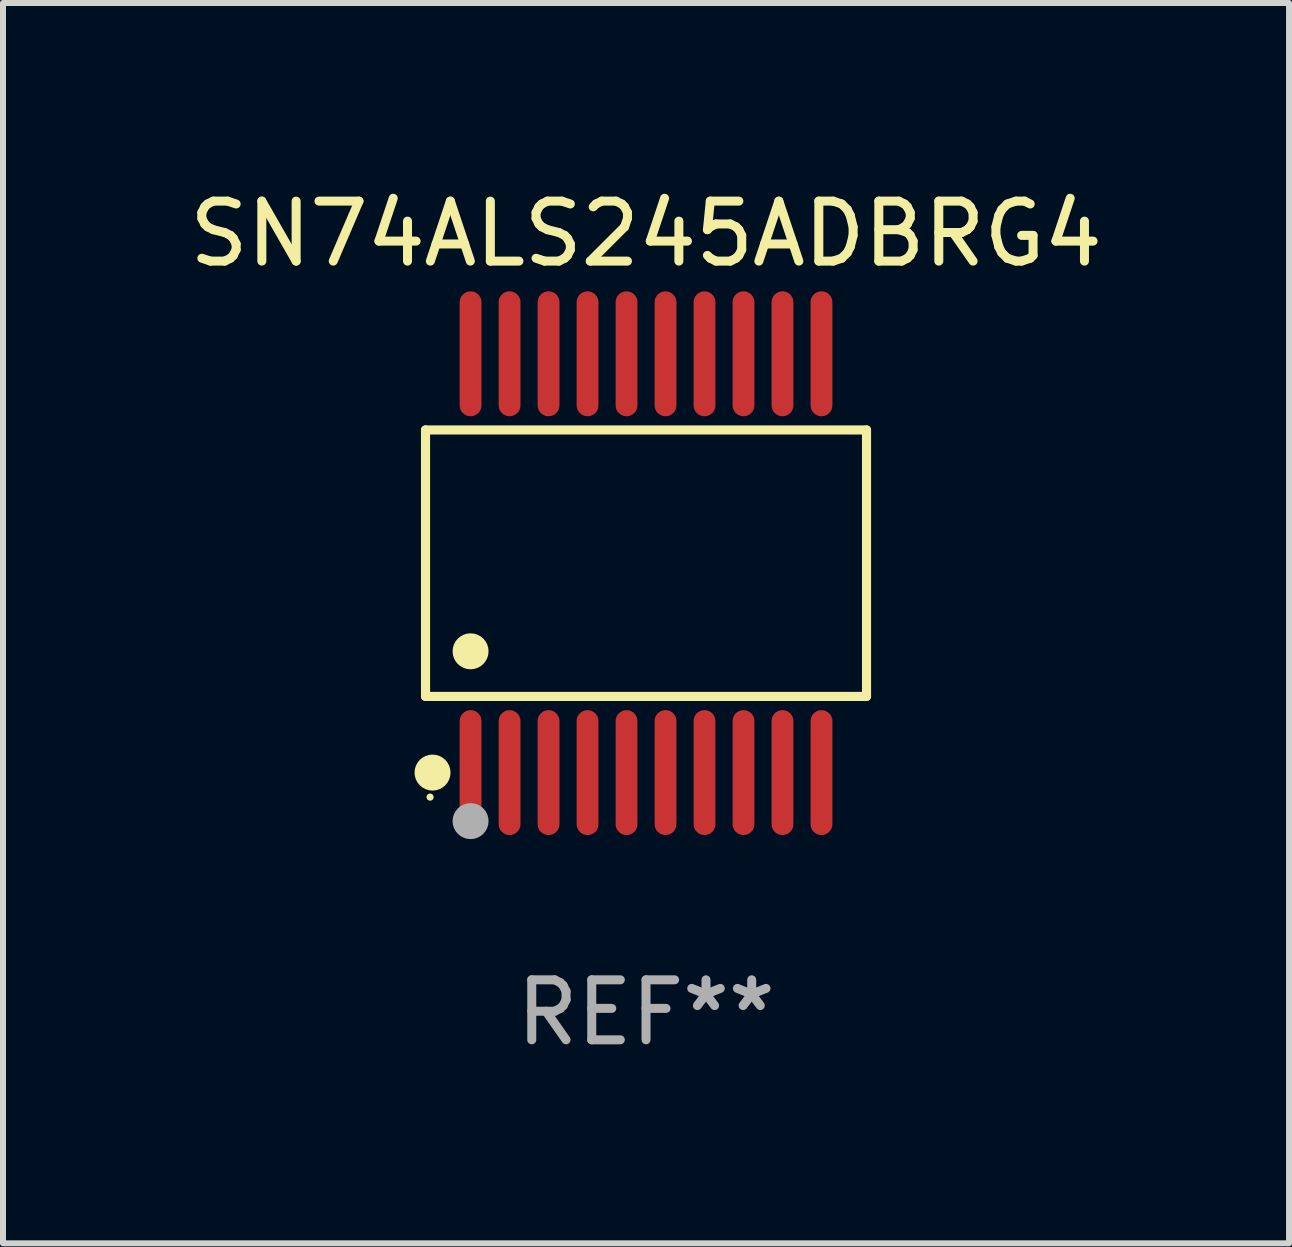
<source format=kicad_pcb>
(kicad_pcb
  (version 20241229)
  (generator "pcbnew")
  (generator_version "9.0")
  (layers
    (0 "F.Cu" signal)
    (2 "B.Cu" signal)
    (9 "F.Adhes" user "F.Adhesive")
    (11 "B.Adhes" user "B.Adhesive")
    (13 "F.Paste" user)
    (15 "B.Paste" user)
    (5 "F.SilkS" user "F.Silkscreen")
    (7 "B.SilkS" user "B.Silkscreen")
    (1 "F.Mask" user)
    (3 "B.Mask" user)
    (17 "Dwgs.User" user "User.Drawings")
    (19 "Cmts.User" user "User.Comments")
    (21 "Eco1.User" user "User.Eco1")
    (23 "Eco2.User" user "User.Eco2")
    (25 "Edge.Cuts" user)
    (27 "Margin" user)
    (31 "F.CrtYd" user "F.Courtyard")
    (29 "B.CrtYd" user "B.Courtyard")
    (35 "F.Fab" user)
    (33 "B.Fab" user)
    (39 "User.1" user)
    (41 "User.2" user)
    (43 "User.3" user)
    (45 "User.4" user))
  (footprint "SN74ALS245ADBRG4"
    (layer "F.Cu")
    (at 7.72 6.339)
    (property "Reference" "SN74ALS245ADBRG4" (at 0 -5.491 0) (layer "F.SilkS") (effects (font (size 1 1) (thickness 0.15))))
    (attr through_hole)
    (fp_line (start -3.676 -2.221) (end 3.676 -2.221) (stroke (width 0.152) (type solid)) (layer "F.SilkS"))
    (fp_line (start -3.676 2.221) (end -3.676 -2.221) (stroke (width 0.152) (type solid)) (layer "F.SilkS"))
    (fp_line (start 3.676 -2.221) (end 3.676 2.221) (stroke (width 0.152) (type solid)) (layer "F.SilkS"))
    (fp_line (start 3.676 2.221) (end -3.676 2.221) (stroke (width 0.152) (type solid)) (layer "F.SilkS"))
    (fp_circle (center -3.6 3.9) (end -3.57 3.9) (stroke (width 0.06) (type solid)) (fill no) (layer "F.SilkS"))
    (fp_circle (center -3.559 3.491) (end -3.409 3.491) (stroke (width 0.3) (type solid)) (fill no) (layer "F.SilkS"))
    (fp_circle (center -2.925 1.469) (end -2.775 1.469) (stroke (width 0.3) (type solid)) (fill no) (layer "F.SilkS"))
    (fp_circle (center -2.925 4.3) (end -2.775 4.3) (stroke (width 0.3) (type solid)) (fill no) (layer "F.Fab"))
    (fp_text user "REF**" (at 0 7.491 0) (layer "F.Fab") (effects (font (size 1 1) (thickness 0.15))))
    (pad "1" smd oval (at -2.925 3.491) (size 0.364 2.082) (layers "F.Cu" "F.Mask" "F.Paste"))
    (pad "2" smd oval (at -2.275 3.491) (size 0.364 2.082) (layers "F.Cu" "F.Mask" "F.Paste"))
    (pad "3" smd oval (at -1.625 3.491) (size 0.364 2.082) (layers "F.Cu" "F.Mask" "F.Paste"))
    (pad "4" smd oval (at -0.975 3.491) (size 0.364 2.082) (layers "F.Cu" "F.Mask" "F.Paste"))
    (pad "5" smd oval (at -0.325 3.491) (size 0.364 2.082) (layers "F.Cu" "F.Mask" "F.Paste"))
    (pad "6" smd oval (at 0.325 3.491) (size 0.364 2.082) (layers "F.Cu" "F.Mask" "F.Paste"))
    (pad "7" smd oval (at 0.975 3.491) (size 0.364 2.082) (layers "F.Cu" "F.Mask" "F.Paste"))
    (pad "8" smd oval (at 1.625 3.491) (size 0.364 2.082) (layers "F.Cu" "F.Mask" "F.Paste"))
    (pad "9" smd oval (at 2.275 3.491) (size 0.364 2.082) (layers "F.Cu" "F.Mask" "F.Paste"))
    (pad "10" smd oval (at 2.925 3.491) (size 0.364 2.082) (layers "F.Cu" "F.Mask" "F.Paste"))
    (pad "11" smd oval (at 2.925 -3.491) (size 0.364 2.082) (layers "F.Cu" "F.Mask" "F.Paste"))
    (pad "12" smd oval (at 2.275 -3.491) (size 0.364 2.082) (layers "F.Cu" "F.Mask" "F.Paste"))
    (pad "13" smd oval (at 1.625 -3.491) (size 0.364 2.082) (layers "F.Cu" "F.Mask" "F.Paste"))
    (pad "14" smd oval (at 0.975 -3.491) (size 0.364 2.082) (layers "F.Cu" "F.Mask" "F.Paste"))
    (pad "15" smd oval (at 0.325 -3.491) (size 0.364 2.082) (layers "F.Cu" "F.Mask" "F.Paste"))
    (pad "16" smd oval (at -0.325 -3.491) (size 0.364 2.082) (layers "F.Cu" "F.Mask" "F.Paste"))
    (pad "17" smd oval (at -0.975 -3.491) (size 0.364 2.082) (layers "F.Cu" "F.Mask" "F.Paste"))
    (pad "18" smd oval (at -1.625 -3.491) (size 0.364 2.082) (layers "F.Cu" "F.Mask" "F.Paste"))
    (pad "19" smd oval (at -2.275 -3.491) (size 0.364 2.082) (layers "F.Cu" "F.Mask" "F.Paste"))
    (pad "20" smd oval (at -2.925 -3.491) (size 0.364 2.082) (layers "F.Cu" "F.Mask" "F.Paste")))
  (gr_rect
    (start -3 -3)
    (end 18.44 17.678)
    (stroke (width 0.1) (type default))
    (fill no)
    (layer "Edge.Cuts")))
</source>
